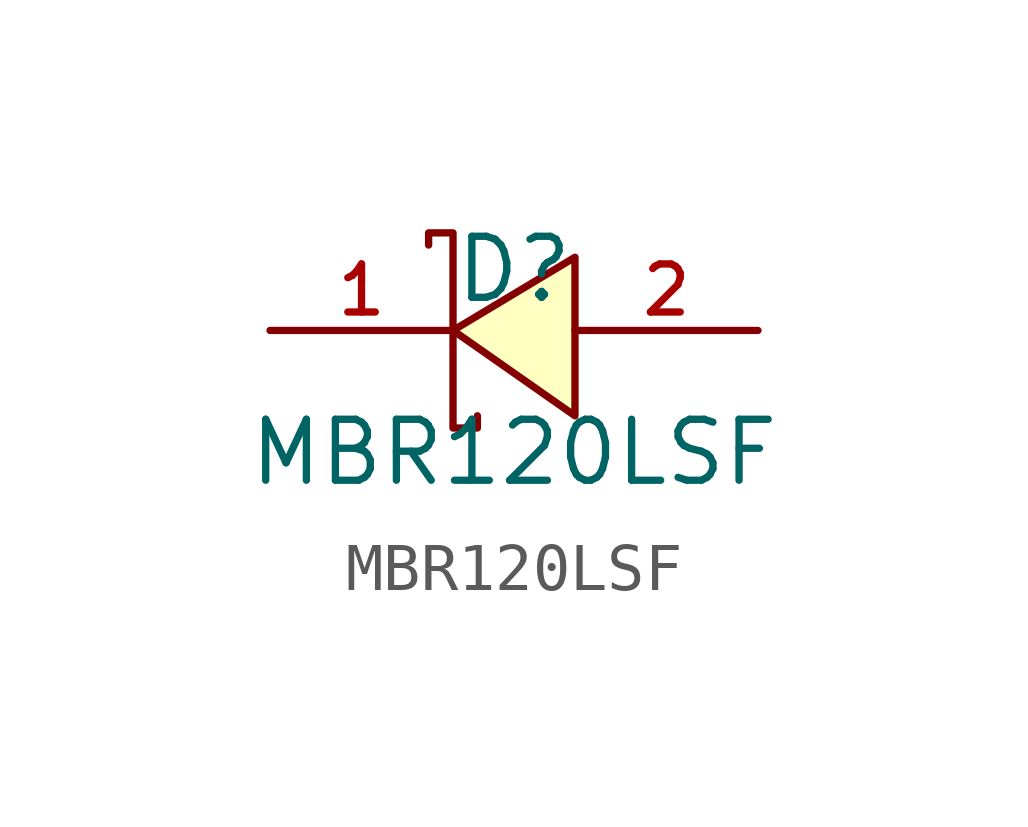
<source format=kicad_sym>
(kicad_symbol_lib
  (version 20210201)
  (generator TousstNicolas/JLC2KiCad_lib)
  (symbol "MBR120LSF"
    (pin_names hide)
    (property "Reference" "D"
      (at 0 1.27 0)
      (effects (font (size 1.27 1.27))))
    (property "Value" "MBR120LSF"
      (at 0 -2.54 0)
      (effects (font (size 1.27 1.27))))
    (symbol "MBR120LSF_0_1"
      (pin unspecified line (at -5.08 -0.0 0) (length 3.81) (name "C" (effects (font (size 1 1)))) (number "1" (effects (font (size 1 1)))))
      (pin unspecified line (at 5.08 -0.0 180) (length 3.81) (name "A" (effects (font (size 1 1)))) (number "2" (effects (font (size 1 1)))))
      (polyline (pts (xy -1.778 1.778) (xy -1.778 2.032) (xy -1.27 2.032) (xy -1.27 -2.032) (xy -0.762 -2.032) (xy -0.762 -1.778)) (stroke (width 0) (type default) (color 0 0 0 0)) (fill (type none)))
      (polyline (pts (xy 1.27 1.524) (xy -1.27 -0.0) (xy 1.27 -1.778) (xy 1.27 1.524)) (stroke (width 0) (type default) (color 0 0 0 0)) (fill (type background))))))
</source>
